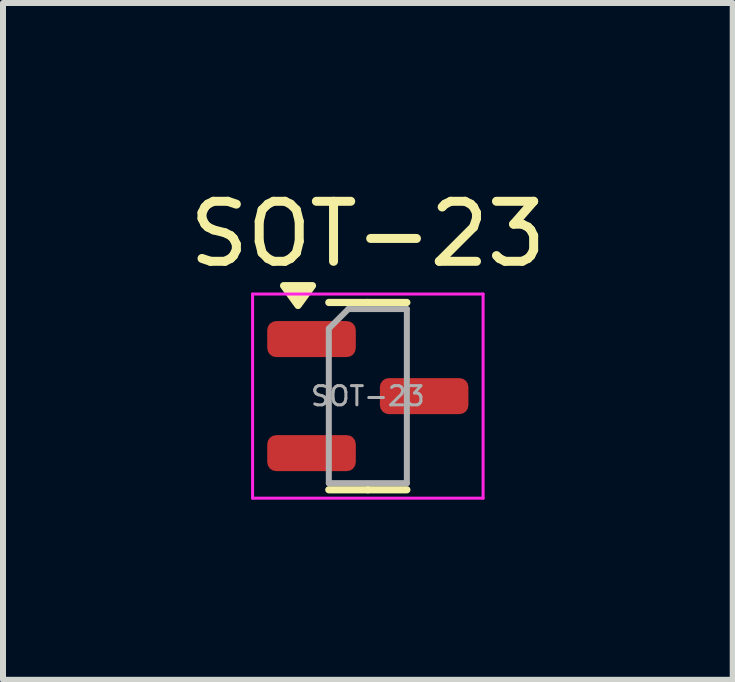
<source format=kicad_pcb>
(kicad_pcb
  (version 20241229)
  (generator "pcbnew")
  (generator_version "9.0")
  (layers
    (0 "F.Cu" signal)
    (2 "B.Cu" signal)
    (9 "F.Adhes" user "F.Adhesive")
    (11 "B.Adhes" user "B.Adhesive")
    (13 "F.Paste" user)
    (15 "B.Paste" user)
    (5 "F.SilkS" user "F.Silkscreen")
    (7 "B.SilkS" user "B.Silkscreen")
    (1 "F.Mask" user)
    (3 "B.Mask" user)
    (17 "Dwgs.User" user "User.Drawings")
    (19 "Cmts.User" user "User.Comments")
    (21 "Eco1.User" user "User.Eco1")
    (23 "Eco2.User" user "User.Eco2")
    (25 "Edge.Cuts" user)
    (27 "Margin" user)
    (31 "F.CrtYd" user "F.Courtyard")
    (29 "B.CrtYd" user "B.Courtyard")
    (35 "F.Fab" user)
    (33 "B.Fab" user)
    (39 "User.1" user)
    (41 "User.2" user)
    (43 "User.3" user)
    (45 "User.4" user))
  (footprint "SOT-23"
    (layer "F.Cu")
    (at 3.077 3.548)
    (property "Reference" "SOT-23" (at 0 -2.7 0) (layer "F.SilkS") (effects (font (size 1 1) (thickness 0.15))))
    (attr smd)
    (fp_line (start 0 -1.56) (end -0.65 -1.56) (stroke (width 0.12) (type solid)) (layer "F.SilkS"))
    (fp_line (start 0 -1.56) (end 0.65 -1.56) (stroke (width 0.12) (type solid)) (layer "F.SilkS"))
    (fp_line (start 0 1.56) (end -0.65 1.56) (stroke (width 0.12) (type solid)) (layer "F.SilkS"))
    (fp_line (start 0 1.56) (end 0.65 1.56) (stroke (width 0.12) (type solid)) (layer "F.SilkS"))
    (fp_poly (pts (xy -1.163 -1.51) (xy -1.403 -1.84) (xy -0.922 -1.84) (xy -1.163 -1.51)) (stroke (width 0.12) (type solid)) (fill yes) (layer "F.SilkS"))
    (fp_line (start -1.92 -1.7) (end -1.92 1.7) (stroke (width 0.05) (type solid)) (layer "F.CrtYd"))
    (fp_line (start -1.92 1.7) (end 1.92 1.7) (stroke (width 0.05) (type solid)) (layer "F.CrtYd"))
    (fp_line (start 1.92 -1.7) (end -1.92 -1.7) (stroke (width 0.05) (type solid)) (layer "F.CrtYd"))
    (fp_line (start 1.92 1.7) (end 1.92 -1.7) (stroke (width 0.05) (type solid)) (layer "F.CrtYd"))
    (fp_line (start -0.65 -1.125) (end -0.325 -1.45) (stroke (width 0.1) (type solid)) (layer "F.Fab"))
    (fp_line (start -0.65 1.45) (end -0.65 -1.125) (stroke (width 0.1) (type solid)) (layer "F.Fab"))
    (fp_line (start -0.325 -1.45) (end 0.65 -1.45) (stroke (width 0.1) (type solid)) (layer "F.Fab"))
    (fp_line (start 0.65 -1.45) (end 0.65 1.45) (stroke (width 0.1) (type solid)) (layer "F.Fab"))
    (fp_line (start 0.65 1.45) (end -0.65 1.45) (stroke (width 0.1) (type solid)) (layer "F.Fab"))
    (fp_text user "${REFERENCE}" (at 0 0 0) (layer "F.Fab") (effects (font (size 0.32 0.32) (thickness 0.05))))
    (pad "1" smd roundrect (at -0.938 -0.95) (size 1.475 0.6) (layers "F.Cu" "F.Mask" "F.Paste") (roundrect_rratio 0.25))
    (pad "2" smd roundrect (at -0.938 0.95) (size 1.475 0.6) (layers "F.Cu" "F.Mask" "F.Paste") (roundrect_rratio 0.25))
    (pad "3" smd roundrect (at 0.938 0) (size 1.475 0.6) (layers "F.Cu" "F.Mask" "F.Paste") (roundrect_rratio 0.25)))
  (gr_rect
    (start -3 -3)
    (end 9.155 8.273)
    (stroke (width 0.1) (type default))
    (fill no)
    (layer "Edge.Cuts")))
</source>
